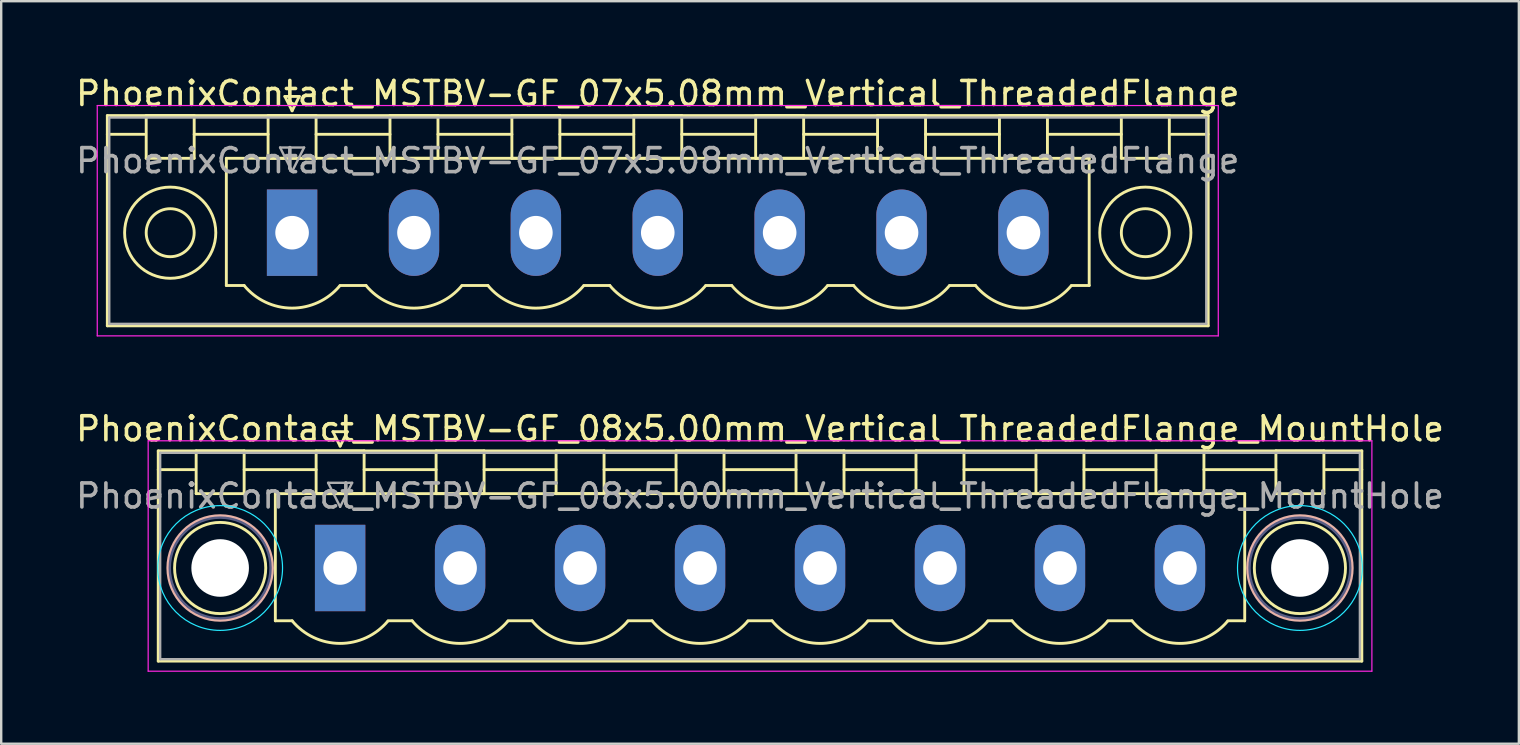
<source format=kicad_pcb>
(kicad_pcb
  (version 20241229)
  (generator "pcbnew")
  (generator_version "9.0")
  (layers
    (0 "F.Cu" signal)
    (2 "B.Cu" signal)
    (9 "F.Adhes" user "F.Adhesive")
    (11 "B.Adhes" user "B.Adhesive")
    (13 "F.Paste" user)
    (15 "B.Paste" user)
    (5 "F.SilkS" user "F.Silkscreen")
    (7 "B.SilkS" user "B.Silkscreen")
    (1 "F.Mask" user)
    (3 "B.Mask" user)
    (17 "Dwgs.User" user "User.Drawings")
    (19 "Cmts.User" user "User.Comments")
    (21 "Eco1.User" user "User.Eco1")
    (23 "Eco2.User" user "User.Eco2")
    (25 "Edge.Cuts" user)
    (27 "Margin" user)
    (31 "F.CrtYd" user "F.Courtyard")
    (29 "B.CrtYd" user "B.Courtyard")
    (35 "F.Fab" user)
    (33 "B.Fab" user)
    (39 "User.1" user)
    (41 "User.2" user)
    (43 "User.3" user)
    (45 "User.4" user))
  (footprint "PhoenixContact_MSTBV-GF_08x5.00mm_Vertical_ThreadedFlange_MountHole"
    (layer "F.Cu")
    (at 11.125 20.622)
    (property "Reference" "PhoenixContact_MSTBV-GF_08x5.00mm_Vertical_ThreadedFlange_MountHole" (at 17.5 -5.8 0) (layer "F.SilkS") (effects (font (size 1 1) (thickness 0.15))))
    (attr through_hole)
    (fp_line (start -7.58 -4.88) (end -7.58 3.88) (stroke (width 0.12) (type solid)) (layer "F.SilkS"))
    (fp_line (start -7.58 -4.1) (end -6.08 -4.1) (stroke (width 0.12) (type solid)) (layer "F.SilkS"))
    (fp_line (start -7.58 3.88) (end 42.58 3.88) (stroke (width 0.12) (type solid)) (layer "F.SilkS"))
    (fp_line (start -6 -4.88) (end -4 -4.88) (stroke (width 0.12) (type solid)) (layer "F.SilkS"))
    (fp_line (start -6 -3.1) (end -6 -4.88) (stroke (width 0.12) (type solid)) (layer "F.SilkS"))
    (fp_line (start -4 -4.88) (end -4 -3.1) (stroke (width 0.12) (type solid)) (layer "F.SilkS"))
    (fp_line (start -4 -4.1) (end -1 -4.1) (stroke (width 0.12) (type solid)) (layer "F.SilkS"))
    (fp_line (start -4 -3.1) (end -6 -3.1) (stroke (width 0.12) (type solid)) (layer "F.SilkS"))
    (fp_line (start -2.7 -3.1) (end 37.7 -3.1) (stroke (width 0.12) (type solid)) (layer "F.SilkS"))
    (fp_line (start -2.7 2.2) (end -2.7 -3.1) (stroke (width 0.12) (type solid)) (layer "F.SilkS"))
    (fp_line (start -2 2.2) (end -2.7 2.2) (stroke (width 0.12) (type solid)) (layer "F.SilkS"))
    (fp_line (start -1 -4.88) (end 1 -4.88) (stroke (width 0.12) (type solid)) (layer "F.SilkS"))
    (fp_line (start -1 -3.1) (end -1 -4.88) (stroke (width 0.12) (type solid)) (layer "F.SilkS"))
    (fp_line (start -0.3 -5.68) (end 0.3 -5.68) (stroke (width 0.12) (type solid)) (layer "F.SilkS"))
    (fp_line (start 0 -5.08) (end -0.3 -5.68) (stroke (width 0.12) (type solid)) (layer "F.SilkS"))
    (fp_line (start 0.3 -5.68) (end 0 -5.08) (stroke (width 0.12) (type solid)) (layer "F.SilkS"))
    (fp_line (start 1 -4.88) (end 1 -3.1) (stroke (width 0.12) (type solid)) (layer "F.SilkS"))
    (fp_line (start 1 -4.1) (end 4 -4.1) (stroke (width 0.12) (type solid)) (layer "F.SilkS"))
    (fp_line (start 1 -3.1) (end -1 -3.1) (stroke (width 0.12) (type solid)) (layer "F.SilkS"))
    (fp_line (start 2 2.2) (end 3 2.2) (stroke (width 0.12) (type solid)) (layer "F.SilkS"))
    (fp_line (start 4 -4.88) (end 6 -4.88) (stroke (width 0.12) (type solid)) (layer "F.SilkS"))
    (fp_line (start 4 -3.1) (end 4 -4.88) (stroke (width 0.12) (type solid)) (layer "F.SilkS"))
    (fp_line (start 6 -4.88) (end 6 -3.1) (stroke (width 0.12) (type solid)) (layer "F.SilkS"))
    (fp_line (start 6 -4.1) (end 9 -4.1) (stroke (width 0.12) (type solid)) (layer "F.SilkS"))
    (fp_line (start 6 -3.1) (end 4 -3.1) (stroke (width 0.12) (type solid)) (layer "F.SilkS"))
    (fp_line (start 7 2.2) (end 8 2.2) (stroke (width 0.12) (type solid)) (layer "F.SilkS"))
    (fp_line (start 9 -4.88) (end 11 -4.88) (stroke (width 0.12) (type solid)) (layer "F.SilkS"))
    (fp_line (start 9 -3.1) (end 9 -4.88) (stroke (width 0.12) (type solid)) (layer "F.SilkS"))
    (fp_line (start 11 -4.88) (end 11 -3.1) (stroke (width 0.12) (type solid)) (layer "F.SilkS"))
    (fp_line (start 11 -4.1) (end 14 -4.1) (stroke (width 0.12) (type solid)) (layer "F.SilkS"))
    (fp_line (start 11 -3.1) (end 9 -3.1) (stroke (width 0.12) (type solid)) (layer "F.SilkS"))
    (fp_line (start 12 2.2) (end 13 2.2) (stroke (width 0.12) (type solid)) (layer "F.SilkS"))
    (fp_line (start 14 -4.88) (end 16 -4.88) (stroke (width 0.12) (type solid)) (layer "F.SilkS"))
    (fp_line (start 14 -3.1) (end 14 -4.88) (stroke (width 0.12) (type solid)) (layer "F.SilkS"))
    (fp_line (start 16 -4.88) (end 16 -3.1) (stroke (width 0.12) (type solid)) (layer "F.SilkS"))
    (fp_line (start 16 -4.1) (end 19 -4.1) (stroke (width 0.12) (type solid)) (layer "F.SilkS"))
    (fp_line (start 16 -3.1) (end 14 -3.1) (stroke (width 0.12) (type solid)) (layer "F.SilkS"))
    (fp_line (start 17 2.2) (end 18 2.2) (stroke (width 0.12) (type solid)) (layer "F.SilkS"))
    (fp_line (start 19 -4.88) (end 21 -4.88) (stroke (width 0.12) (type solid)) (layer "F.SilkS"))
    (fp_line (start 19 -3.1) (end 19 -4.88) (stroke (width 0.12) (type solid)) (layer "F.SilkS"))
    (fp_line (start 21 -4.88) (end 21 -3.1) (stroke (width 0.12) (type solid)) (layer "F.SilkS"))
    (fp_line (start 21 -4.1) (end 24 -4.1) (stroke (width 0.12) (type solid)) (layer "F.SilkS"))
    (fp_line (start 21 -3.1) (end 19 -3.1) (stroke (width 0.12) (type solid)) (layer "F.SilkS"))
    (fp_line (start 22 2.2) (end 23 2.2) (stroke (width 0.12) (type solid)) (layer "F.SilkS"))
    (fp_line (start 24 -4.88) (end 26 -4.88) (stroke (width 0.12) (type solid)) (layer "F.SilkS"))
    (fp_line (start 24 -3.1) (end 24 -4.88) (stroke (width 0.12) (type solid)) (layer "F.SilkS"))
    (fp_line (start 26 -4.88) (end 26 -3.1) (stroke (width 0.12) (type solid)) (layer "F.SilkS"))
    (fp_line (start 26 -4.1) (end 29 -4.1) (stroke (width 0.12) (type solid)) (layer "F.SilkS"))
    (fp_line (start 26 -3.1) (end 24 -3.1) (stroke (width 0.12) (type solid)) (layer "F.SilkS"))
    (fp_line (start 27 2.2) (end 28 2.2) (stroke (width 0.12) (type solid)) (layer "F.SilkS"))
    (fp_line (start 29 -4.88) (end 31 -4.88) (stroke (width 0.12) (type solid)) (layer "F.SilkS"))
    (fp_line (start 29 -3.1) (end 29 -4.88) (stroke (width 0.12) (type solid)) (layer "F.SilkS"))
    (fp_line (start 31 -4.88) (end 31 -3.1) (stroke (width 0.12) (type solid)) (layer "F.SilkS"))
    (fp_line (start 31 -4.1) (end 34 -4.1) (stroke (width 0.12) (type solid)) (layer "F.SilkS"))
    (fp_line (start 31 -3.1) (end 29 -3.1) (stroke (width 0.12) (type solid)) (layer "F.SilkS"))
    (fp_line (start 32 2.2) (end 33 2.2) (stroke (width 0.12) (type solid)) (layer "F.SilkS"))
    (fp_line (start 34 -4.88) (end 36 -4.88) (stroke (width 0.12) (type solid)) (layer "F.SilkS"))
    (fp_line (start 34 -3.1) (end 34 -4.88) (stroke (width 0.12) (type solid)) (layer "F.SilkS"))
    (fp_line (start 36 -4.88) (end 36 -3.1) (stroke (width 0.12) (type solid)) (layer "F.SilkS"))
    (fp_line (start 36 -4.1) (end 39 -4.1) (stroke (width 0.12) (type solid)) (layer "F.SilkS"))
    (fp_line (start 36 -3.1) (end 34 -3.1) (stroke (width 0.12) (type solid)) (layer "F.SilkS"))
    (fp_line (start 37.7 -3.1) (end 37.7 2.2) (stroke (width 0.12) (type solid)) (layer "F.SilkS"))
    (fp_line (start 37.7 2.2) (end 37 2.2) (stroke (width 0.12) (type solid)) (layer "F.SilkS"))
    (fp_line (start 39 -4.88) (end 41 -4.88) (stroke (width 0.12) (type solid)) (layer "F.SilkS"))
    (fp_line (start 39 -3.1) (end 39 -4.88) (stroke (width 0.12) (type solid)) (layer "F.SilkS"))
    (fp_line (start 41 -4.88) (end 41 -3.1) (stroke (width 0.12) (type solid)) (layer "F.SilkS"))
    (fp_line (start 41 -3.1) (end 39 -3.1) (stroke (width 0.12) (type solid)) (layer "F.SilkS"))
    (fp_line (start 42.58 -4.88) (end -7.58 -4.88) (stroke (width 0.12) (type solid)) (layer "F.SilkS"))
    (fp_line (start 42.58 -4.1) (end 41.08 -4.1) (stroke (width 0.12) (type solid)) (layer "F.SilkS"))
    (fp_line (start 42.58 3.88) (end 42.58 -4.88) (stroke (width 0.12) (type solid)) (layer "F.SilkS"))
    (fp_arc (start 1.986842 2.215821) (mid -0.010289 3.142758) (end -2 2.2) (stroke (width 0.12) (type solid)) (layer "F.SilkS"))
    (fp_arc (start 6.986842 2.215821) (mid 4.989711 3.142758) (end 3 2.2) (stroke (width 0.12) (type solid)) (layer "F.SilkS"))
    (fp_arc (start 11.986842 2.215821) (mid 9.989711 3.142758) (end 8 2.2) (stroke (width 0.12) (type solid)) (layer "F.SilkS"))
    (fp_arc (start 16.986842 2.215821) (mid 14.989711 3.142758) (end 13 2.2) (stroke (width 0.12) (type solid)) (layer "F.SilkS"))
    (fp_arc (start 21.986842 2.215821) (mid 19.989711 3.142758) (end 18 2.2) (stroke (width 0.12) (type solid)) (layer "F.SilkS"))
    (fp_arc (start 26.986842 2.215821) (mid 24.989711 3.142758) (end 23 2.2) (stroke (width 0.12) (type solid)) (layer "F.SilkS"))
    (fp_arc (start 31.986842 2.215821) (mid 29.989711 3.142758) (end 28 2.2) (stroke (width 0.12) (type solid)) (layer "F.SilkS"))
    (fp_arc (start 36.986842 2.215821) (mid 34.989711 3.142758) (end 33 2.2) (stroke (width 0.12) (type solid)) (layer "F.SilkS"))
    (fp_circle (center -5 0) (end -3.1 0) (stroke (width 0.12) (type solid)) (fill no) (layer "F.SilkS"))
    (fp_circle (center 40 0) (end 41.9 0) (stroke (width 0.12) (type solid)) (fill no) (layer "F.SilkS"))
    (fp_circle (center -5 0) (end -2.82 0) (stroke (width 0.12) (type solid)) (fill no) (layer "B.SilkS"))
    (fp_circle (center 40 0) (end 42.18 0) (stroke (width 0.12) (type solid)) (fill no) (layer "B.SilkS"))
    (fp_circle (center -5 0) (end -2.4 0) (stroke (width 0.05) (type solid)) (fill no) (layer "B.CrtYd"))
    (fp_circle (center 40 0) (end 42.6 0) (stroke (width 0.05) (type solid)) (fill no) (layer "B.CrtYd"))
    (fp_line (start -8 -5.3) (end -8 4.3) (stroke (width 0.05) (type solid)) (layer "F.CrtYd"))
    (fp_line (start -8 4.3) (end 43 4.3) (stroke (width 0.05) (type solid)) (layer "F.CrtYd"))
    (fp_line (start 43 -5.3) (end -8 -5.3) (stroke (width 0.05) (type solid)) (layer "F.CrtYd"))
    (fp_line (start 43 4.3) (end 43 -5.3) (stroke (width 0.05) (type solid)) (layer "F.CrtYd"))
    (fp_circle (center -5 0) (end -2.9 0) (stroke (width 0.1) (type solid)) (fill no) (layer "B.Fab"))
    (fp_circle (center 40 0) (end 42.1 0) (stroke (width 0.1) (type solid)) (fill no) (layer "B.Fab"))
    (fp_line (start -7.5 -4.8) (end -7.5 3.8) (stroke (width 0.1) (type solid)) (layer "F.Fab"))
    (fp_line (start -7.5 3.8) (end 42.5 3.8) (stroke (width 0.1) (type solid)) (layer "F.Fab"))
    (fp_line (start -0.5 -3.55) (end 0.5 -3.55) (stroke (width 0.1) (type solid)) (layer "F.Fab"))
    (fp_line (start 0 -2.55) (end -0.5 -3.55) (stroke (width 0.1) (type solid)) (layer "F.Fab"))
    (fp_line (start 0.5 -3.55) (end 0 -2.55) (stroke (width 0.1) (type solid)) (layer "F.Fab"))
    (fp_line (start 42.5 -4.8) (end -7.5 -4.8) (stroke (width 0.1) (type solid)) (layer "F.Fab"))
    (fp_line (start 42.5 3.8) (end 42.5 -4.8) (stroke (width 0.1) (type solid)) (layer "F.Fab"))
    (fp_text user "${REFERENCE}" (at 17.5 -3 0) (layer "F.Fab") (effects (font (size 1 1) (thickness 0.15))))
    (pad "" np_thru_hole circle (at -5 0) (size 2.4 2.4) (drill 2.4) (layers "*.Cu" "*.Mask"))
    (pad "" np_thru_hole circle (at 40 0) (size 2.4 2.4) (drill 2.4) (layers "*.Cu" "*.Mask"))
    (pad "1" thru_hole rect (at 0 0) (size 2.1 3.6) (drill 1.4) (layers "*.Cu" "*.Mask"))
    (pad "2" thru_hole oval (at 5 0) (size 2.1 3.6) (drill 1.4) (layers "*.Cu" "*.Mask"))
    (pad "3" thru_hole oval (at 10 0) (size 2.1 3.6) (drill 1.4) (layers "*.Cu" "*.Mask"))
    (pad "4" thru_hole oval (at 15 0) (size 2.1 3.6) (drill 1.4) (layers "*.Cu" "*.Mask"))
    (pad "5" thru_hole oval (at 20 0) (size 2.1 3.6) (drill 1.4) (layers "*.Cu" "*.Mask"))
    (pad "6" thru_hole oval (at 25 0) (size 2.1 3.6) (drill 1.4) (layers "*.Cu" "*.Mask"))
    (pad "7" thru_hole oval (at 30 0) (size 2.1 3.6) (drill 1.4) (layers "*.Cu" "*.Mask"))
    (pad "8" thru_hole oval (at 35 0) (size 2.1 3.6) (drill 1.4) (layers "*.Cu" "*.Mask")))
  (footprint "PhoenixContact_MSTBV-GF_07x5.08mm_Vertical_ThreadedFlange"
    (layer "F.Cu")
    (at 9.123 6.648)
    (property "Reference" "PhoenixContact_MSTBV-GF_07x5.08mm_Vertical_ThreadedFlange" (at 15.24 -5.8 0) (layer "F.SilkS") (effects (font (size 1 1) (thickness 0.15))))
    (attr through_hole)
    (fp_line (start -7.7 -4.88) (end -7.7 3.88) (stroke (width 0.12) (type solid)) (layer "F.SilkS"))
    (fp_line (start -7.7 -4.1) (end -6.16 -4.1) (stroke (width 0.12) (type solid)) (layer "F.SilkS"))
    (fp_line (start -7.7 3.88) (end 38.18 3.88) (stroke (width 0.12) (type solid)) (layer "F.SilkS"))
    (fp_line (start -6.08 -4.88) (end -4.08 -4.88) (stroke (width 0.12) (type solid)) (layer "F.SilkS"))
    (fp_line (start -6.08 -3.1) (end -6.08 -4.88) (stroke (width 0.12) (type solid)) (layer "F.SilkS"))
    (fp_line (start -4.08 -4.88) (end -4.08 -3.1) (stroke (width 0.12) (type solid)) (layer "F.SilkS"))
    (fp_line (start -4.08 -4.1) (end -1 -4.1) (stroke (width 0.12) (type solid)) (layer "F.SilkS"))
    (fp_line (start -4.08 -3.1) (end -6.08 -3.1) (stroke (width 0.12) (type solid)) (layer "F.SilkS"))
    (fp_line (start -2.74 -3.1) (end 33.22 -3.1) (stroke (width 0.12) (type solid)) (layer "F.SilkS"))
    (fp_line (start -2.74 2.2) (end -2.74 -3.1) (stroke (width 0.12) (type solid)) (layer "F.SilkS"))
    (fp_line (start -2 2.2) (end -2.74 2.2) (stroke (width 0.12) (type solid)) (layer "F.SilkS"))
    (fp_line (start -1 -4.88) (end 1 -4.88) (stroke (width 0.12) (type solid)) (layer "F.SilkS"))
    (fp_line (start -1 -3.1) (end -1 -4.88) (stroke (width 0.12) (type solid)) (layer "F.SilkS"))
    (fp_line (start -0.3 -5.68) (end 0.3 -5.68) (stroke (width 0.12) (type solid)) (layer "F.SilkS"))
    (fp_line (start 0 -5.08) (end -0.3 -5.68) (stroke (width 0.12) (type solid)) (layer "F.SilkS"))
    (fp_line (start 0.3 -5.68) (end 0 -5.08) (stroke (width 0.12) (type solid)) (layer "F.SilkS"))
    (fp_line (start 1 -4.88) (end 1 -3.1) (stroke (width 0.12) (type solid)) (layer "F.SilkS"))
    (fp_line (start 1 -4.1) (end 4.08 -4.1) (stroke (width 0.12) (type solid)) (layer "F.SilkS"))
    (fp_line (start 1 -3.1) (end -1 -3.1) (stroke (width 0.12) (type solid)) (layer "F.SilkS"))
    (fp_line (start 2 2.2) (end 3.08 2.2) (stroke (width 0.12) (type solid)) (layer "F.SilkS"))
    (fp_line (start 4.08 -4.88) (end 6.08 -4.88) (stroke (width 0.12) (type solid)) (layer "F.SilkS"))
    (fp_line (start 4.08 -3.1) (end 4.08 -4.88) (stroke (width 0.12) (type solid)) (layer "F.SilkS"))
    (fp_line (start 6.08 -4.88) (end 6.08 -3.1) (stroke (width 0.12) (type solid)) (layer "F.SilkS"))
    (fp_line (start 6.08 -4.1) (end 9.16 -4.1) (stroke (width 0.12) (type solid)) (layer "F.SilkS"))
    (fp_line (start 6.08 -3.1) (end 4.08 -3.1) (stroke (width 0.12) (type solid)) (layer "F.SilkS"))
    (fp_line (start 7.08 2.2) (end 8.16 2.2) (stroke (width 0.12) (type solid)) (layer "F.SilkS"))
    (fp_line (start 9.16 -4.88) (end 11.16 -4.88) (stroke (width 0.12) (type solid)) (layer "F.SilkS"))
    (fp_line (start 9.16 -3.1) (end 9.16 -4.88) (stroke (width 0.12) (type solid)) (layer "F.SilkS"))
    (fp_line (start 11.16 -4.88) (end 11.16 -3.1) (stroke (width 0.12) (type solid)) (layer "F.SilkS"))
    (fp_line (start 11.16 -4.1) (end 14.24 -4.1) (stroke (width 0.12) (type solid)) (layer "F.SilkS"))
    (fp_line (start 11.16 -3.1) (end 9.16 -3.1) (stroke (width 0.12) (type solid)) (layer "F.SilkS"))
    (fp_line (start 12.16 2.2) (end 13.24 2.2) (stroke (width 0.12) (type solid)) (layer "F.SilkS"))
    (fp_line (start 14.24 -4.88) (end 16.24 -4.88) (stroke (width 0.12) (type solid)) (layer "F.SilkS"))
    (fp_line (start 14.24 -3.1) (end 14.24 -4.88) (stroke (width 0.12) (type solid)) (layer "F.SilkS"))
    (fp_line (start 16.24 -4.88) (end 16.24 -3.1) (stroke (width 0.12) (type solid)) (layer "F.SilkS"))
    (fp_line (start 16.24 -4.1) (end 19.32 -4.1) (stroke (width 0.12) (type solid)) (layer "F.SilkS"))
    (fp_line (start 16.24 -3.1) (end 14.24 -3.1) (stroke (width 0.12) (type solid)) (layer "F.SilkS"))
    (fp_line (start 17.24 2.2) (end 18.32 2.2) (stroke (width 0.12) (type solid)) (layer "F.SilkS"))
    (fp_line (start 19.32 -4.88) (end 21.32 -4.88) (stroke (width 0.12) (type solid)) (layer "F.SilkS"))
    (fp_line (start 19.32 -3.1) (end 19.32 -4.88) (stroke (width 0.12) (type solid)) (layer "F.SilkS"))
    (fp_line (start 21.32 -4.88) (end 21.32 -3.1) (stroke (width 0.12) (type solid)) (layer "F.SilkS"))
    (fp_line (start 21.32 -4.1) (end 24.4 -4.1) (stroke (width 0.12) (type solid)) (layer "F.SilkS"))
    (fp_line (start 21.32 -3.1) (end 19.32 -3.1) (stroke (width 0.12) (type solid)) (layer "F.SilkS"))
    (fp_line (start 22.32 2.2) (end 23.4 2.2) (stroke (width 0.12) (type solid)) (layer "F.SilkS"))
    (fp_line (start 24.4 -4.88) (end 26.4 -4.88) (stroke (width 0.12) (type solid)) (layer "F.SilkS"))
    (fp_line (start 24.4 -3.1) (end 24.4 -4.88) (stroke (width 0.12) (type solid)) (layer "F.SilkS"))
    (fp_line (start 26.4 -4.88) (end 26.4 -3.1) (stroke (width 0.12) (type solid)) (layer "F.SilkS"))
    (fp_line (start 26.4 -4.1) (end 29.48 -4.1) (stroke (width 0.12) (type solid)) (layer "F.SilkS"))
    (fp_line (start 26.4 -3.1) (end 24.4 -3.1) (stroke (width 0.12) (type solid)) (layer "F.SilkS"))
    (fp_line (start 27.4 2.2) (end 28.48 2.2) (stroke (width 0.12) (type solid)) (layer "F.SilkS"))
    (fp_line (start 29.48 -4.88) (end 31.48 -4.88) (stroke (width 0.12) (type solid)) (layer "F.SilkS"))
    (fp_line (start 29.48 -3.1) (end 29.48 -4.88) (stroke (width 0.12) (type solid)) (layer "F.SilkS"))
    (fp_line (start 31.48 -4.88) (end 31.48 -3.1) (stroke (width 0.12) (type solid)) (layer "F.SilkS"))
    (fp_line (start 31.48 -4.1) (end 34.56 -4.1) (stroke (width 0.12) (type solid)) (layer "F.SilkS"))
    (fp_line (start 31.48 -3.1) (end 29.48 -3.1) (stroke (width 0.12) (type solid)) (layer "F.SilkS"))
    (fp_line (start 33.22 -3.1) (end 33.22 2.2) (stroke (width 0.12) (type solid)) (layer "F.SilkS"))
    (fp_line (start 33.22 2.2) (end 32.48 2.2) (stroke (width 0.12) (type solid)) (layer "F.SilkS"))
    (fp_line (start 34.56 -4.88) (end 36.56 -4.88) (stroke (width 0.12) (type solid)) (layer "F.SilkS"))
    (fp_line (start 34.56 -3.1) (end 34.56 -4.88) (stroke (width 0.12) (type solid)) (layer "F.SilkS"))
    (fp_line (start 36.56 -4.88) (end 36.56 -3.1) (stroke (width 0.12) (type solid)) (layer "F.SilkS"))
    (fp_line (start 36.56 -3.1) (end 34.56 -3.1) (stroke (width 0.12) (type solid)) (layer "F.SilkS"))
    (fp_line (start 38.18 -4.88) (end -7.7 -4.88) (stroke (width 0.12) (type solid)) (layer "F.SilkS"))
    (fp_line (start 38.18 -4.1) (end 36.64 -4.1) (stroke (width 0.12) (type solid)) (layer "F.SilkS"))
    (fp_line (start 38.18 3.88) (end 38.18 -4.88) (stroke (width 0.12) (type solid)) (layer "F.SilkS"))
    (fp_arc (start 1.986842 2.215821) (mid -0.010289 3.142758) (end -2 2.2) (stroke (width 0.12) (type solid)) (layer "F.SilkS"))
    (fp_arc (start 7.066842 2.215821) (mid 5.069711 3.142758) (end 3.08 2.2) (stroke (width 0.12) (type solid)) (layer "F.SilkS"))
    (fp_arc (start 12.146842 2.215821) (mid 10.149711 3.142758) (end 8.16 2.2) (stroke (width 0.12) (type solid)) (layer "F.SilkS"))
    (fp_arc (start 17.226842 2.215821) (mid 15.229711 3.142758) (end 13.24 2.2) (stroke (width 0.12) (type solid)) (layer "F.SilkS"))
    (fp_arc (start 22.306842 2.215821) (mid 20.309711 3.142758) (end 18.32 2.2) (stroke (width 0.12) (type solid)) (layer "F.SilkS"))
    (fp_arc (start 27.386842 2.215821) (mid 25.389711 3.142758) (end 23.4 2.2) (stroke (width 0.12) (type solid)) (layer "F.SilkS"))
    (fp_arc (start 32.466842 2.215821) (mid 30.469711 3.142758) (end 28.48 2.2) (stroke (width 0.12) (type solid)) (layer "F.SilkS"))
    (fp_circle (center -5.08 0) (end -4.08 0) (stroke (width 0.12) (type solid)) (fill no) (layer "F.SilkS"))
    (fp_circle (center -5.08 0) (end -3.18 0) (stroke (width 0.12) (type solid)) (fill no) (layer "F.SilkS"))
    (fp_circle (center 35.56 0) (end 36.56 0) (stroke (width 0.12) (type solid)) (fill no) (layer "F.SilkS"))
    (fp_circle (center 35.56 0) (end 37.46 0) (stroke (width 0.12) (type solid)) (fill no) (layer "F.SilkS"))
    (fp_line (start -8.12 -5.3) (end -8.12 4.3) (stroke (width 0.05) (type solid)) (layer "F.CrtYd"))
    (fp_line (start -8.12 4.3) (end 38.6 4.3) (stroke (width 0.05) (type solid)) (layer "F.CrtYd"))
    (fp_line (start 38.6 -5.3) (end -8.12 -5.3) (stroke (width 0.05) (type solid)) (layer "F.CrtYd"))
    (fp_line (start 38.6 4.3) (end 38.6 -5.3) (stroke (width 0.05) (type solid)) (layer "F.CrtYd"))
    (fp_line (start -7.62 -4.8) (end -7.62 3.8) (stroke (width 0.1) (type solid)) (layer "F.Fab"))
    (fp_line (start -7.62 3.8) (end 38.1 3.8) (stroke (width 0.1) (type solid)) (layer "F.Fab"))
    (fp_line (start -0.5 -3.55) (end 0.5 -3.55) (stroke (width 0.1) (type solid)) (layer "F.Fab"))
    (fp_line (start 0 -2.55) (end -0.5 -3.55) (stroke (width 0.1) (type solid)) (layer "F.Fab"))
    (fp_line (start 0.5 -3.55) (end 0 -2.55) (stroke (width 0.1) (type solid)) (layer "F.Fab"))
    (fp_line (start 38.1 -4.8) (end -7.62 -4.8) (stroke (width 0.1) (type solid)) (layer "F.Fab"))
    (fp_line (start 38.1 3.8) (end 38.1 -4.8) (stroke (width 0.1) (type solid)) (layer "F.Fab"))
    (fp_text user "${REFERENCE}" (at 15.24 -3 0) (layer "F.Fab") (effects (font (size 1 1) (thickness 0.15))))
    (pad "1" thru_hole rect (at 0 0) (size 2.1 3.6) (drill 1.4) (layers "*.Cu" "*.Mask"))
    (pad "2" thru_hole oval (at 5.08 0) (size 2.1 3.6) (drill 1.4) (layers "*.Cu" "*.Mask"))
    (pad "3" thru_hole oval (at 10.16 0) (size 2.1 3.6) (drill 1.4) (layers "*.Cu" "*.Mask"))
    (pad "4" thru_hole oval (at 15.24 0) (size 2.1 3.6) (drill 1.4) (layers "*.Cu" "*.Mask"))
    (pad "5" thru_hole oval (at 20.32 0) (size 2.1 3.6) (drill 1.4) (layers "*.Cu" "*.Mask"))
    (pad "6" thru_hole oval (at 25.4 0) (size 2.1 3.6) (drill 1.4) (layers "*.Cu" "*.Mask"))
    (pad "7" thru_hole oval (at 30.48 0) (size 2.1 3.6) (drill 1.4) (layers "*.Cu" "*.Mask")))
  (gr_rect
    (start -3 -3)
    (end 60.25 27.947)
    (stroke (width 0.1) (type default))
    (fill no)
    (layer "Edge.Cuts")))
</source>
